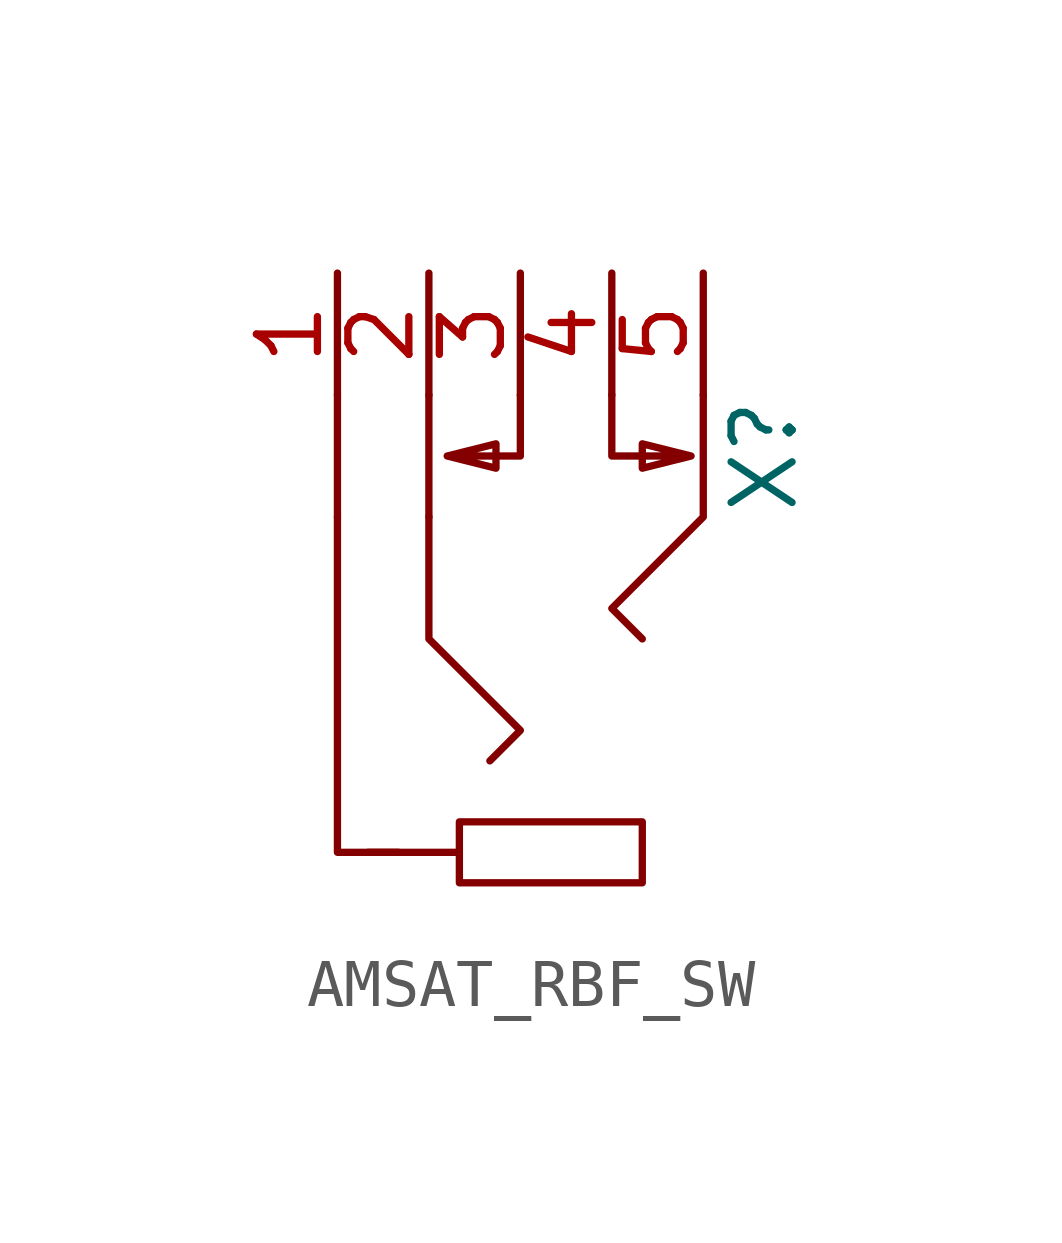
<source format=kicad_sym>
(kicad_symbol_lib
  (version 20220914)
  (generator kicad_symbol_editor)
  (symbol "AMSAT_RBF_SW"
    (property "Reference" "X"
      (at 5.08 3.81 90)
      (effects (font (size 1.27 1.27))))
    (property "Value" ""
      (at 0 2.54 0)
      (effects (font (size 1.27 1.27))))
    (symbol "AMSAT_RBF_SW_0_1"
      (rectangle (start -1.27 -3.81) (end 2.54 -5.08) (stroke (width 0) (type default)) (fill (type none)))
      (polyline (pts (xy -3.81 5.08) (xy -3.81 2.54)) (stroke (width 0) (type default)) (fill (type none)))
      (polyline (pts (xy -3.175 -4.445) (xy -1.27 -4.445)) (stroke (width 0) (type default)) (fill (type none)))
      (polyline (pts (xy -1.905 5.08) (xy -1.905 2.54)) (stroke (width 0) (type default)) (fill (type none)))
      (polyline (pts (xy -2.54 -4.445) (xy -3.81 -4.445) (xy -3.81 2.54)) (stroke (width 0) (type default)) (fill (type none)))
      (polyline (pts (xy -1.905 2.54) (xy -1.905 0) (xy 0 -1.905) (xy -0.635 -2.54)) (stroke (width 0) (type default)) (fill (type none)))
      (polyline (pts (xy 3.81 5.08) (xy 3.81 2.54) (xy 1.905 0.635) (xy 2.54 0)) (stroke (width 0) (type default)) (fill (type none)))
      (polyline (pts (xy 0 5.08) (xy 0 3.81) (xy -1.524 3.81) (xy -0.508 4.064) (xy -0.508 3.556) (xy -1.524 3.81)) (stroke (width 0) (type default)) (fill (type none)))
      (polyline (pts (xy 1.905 5.08) (xy 1.905 3.81) (xy 3.556 3.81) (xy 2.54 4.064) (xy 2.54 3.556) (xy 3.556 3.81)) (stroke (width 0) (type default)) (fill (type none))))
    (symbol "AMSAT_RBF_SW_1_1"
      (pin input line (at -3.81 7.62 270) (length 2.54) (name "" (effects (font (size 1.27 1.27)))) (number "1" (effects (font (size 1.27 1.27)))))
      (pin input line (at -1.905 7.62 270) (length 2.54) (name "" (effects (font (size 1.27 1.27)))) (number "2" (effects (font (size 1.27 1.27)))))
      (pin input line (at 0 7.62 270) (length 2.54) (name "" (effects (font (size 1.27 1.27)))) (number "3" (effects (font (size 1.27 1.27)))))
      (pin input line (at 1.905 7.62 270) (length 2.54) (name "" (effects (font (size 1.27 1.27)))) (number "4" (effects (font (size 1.27 1.27)))))
      (pin input line (at 3.81 7.62 270) (length 2.54) (name "" (effects (font (size 1.27 1.27)))) (number "5" (effects (font (size 1.27 1.27))))))))
</source>
